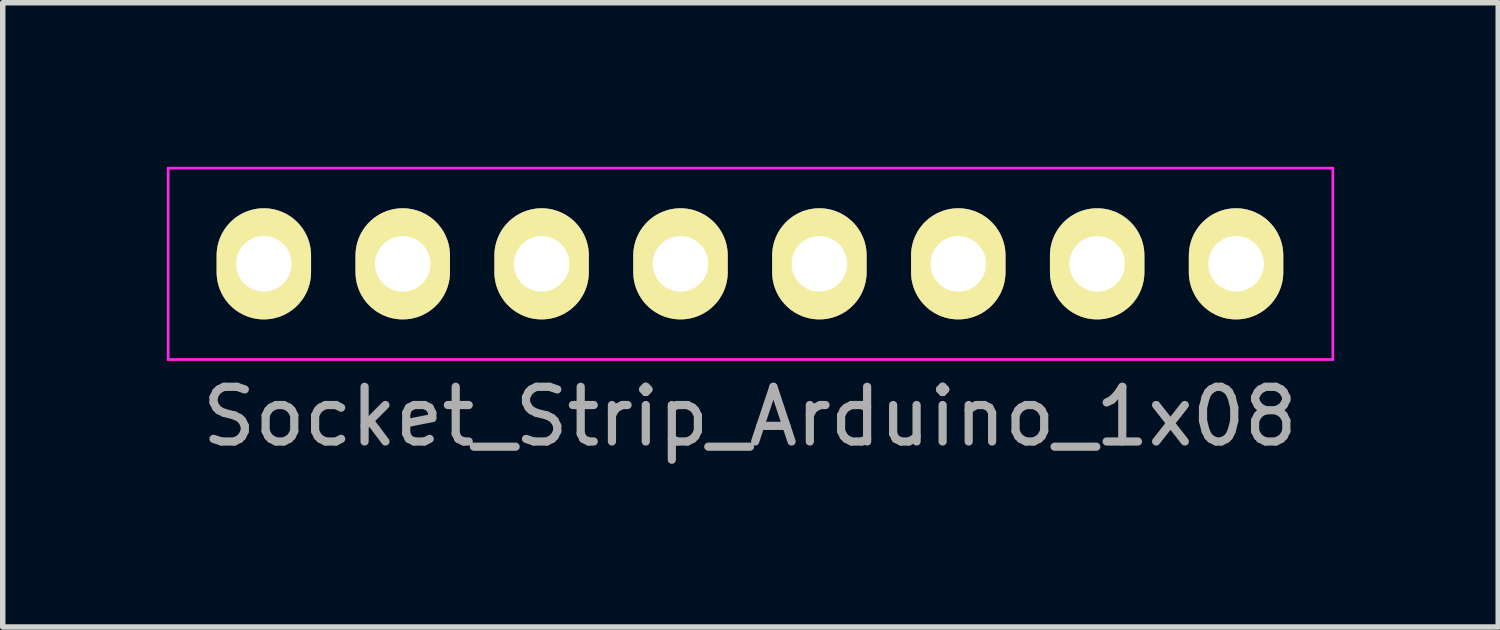
<source format=kicad_pcb>
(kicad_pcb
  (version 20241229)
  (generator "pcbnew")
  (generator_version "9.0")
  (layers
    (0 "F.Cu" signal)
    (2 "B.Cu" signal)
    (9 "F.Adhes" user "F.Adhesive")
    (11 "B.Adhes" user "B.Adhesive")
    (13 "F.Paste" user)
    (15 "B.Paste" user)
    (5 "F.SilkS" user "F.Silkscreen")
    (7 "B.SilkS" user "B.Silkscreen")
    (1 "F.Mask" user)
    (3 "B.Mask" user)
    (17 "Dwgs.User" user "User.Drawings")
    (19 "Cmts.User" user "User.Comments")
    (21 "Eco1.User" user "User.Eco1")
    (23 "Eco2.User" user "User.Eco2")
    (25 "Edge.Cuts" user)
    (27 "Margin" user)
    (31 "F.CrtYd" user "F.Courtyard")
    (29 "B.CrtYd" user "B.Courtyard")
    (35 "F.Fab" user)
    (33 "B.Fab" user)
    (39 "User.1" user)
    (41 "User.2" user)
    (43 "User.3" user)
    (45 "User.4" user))
  (footprint "Socket_Strip_Arduino_1x08"
    (layer "F.Cu")
    (at 1.775 1.775)
    (property "Reference" "Socket_Strip_Arduino_1x08" (at 8.89 2.794 0) (layer "F.Fab") (effects (font (size 1 1) (thickness 0.15))))
    (attr through_hole)
    (fp_line (start -1.75 -1.75) (end -1.75 1.75) (stroke (width 0.05) (type solid)) (layer "F.CrtYd"))
    (fp_line (start -1.75 -1.75) (end 19.55 -1.75) (stroke (width 0.05) (type solid)) (layer "F.CrtYd"))
    (fp_line (start -1.75 1.75) (end 19.55 1.75) (stroke (width 0.05) (type solid)) (layer "F.CrtYd"))
    (fp_line (start 19.55 -1.75) (end 19.55 1.75) (stroke (width 0.05) (type solid)) (layer "F.CrtYd"))
    (pad "1" thru_hole oval (at 0 0) (size 1.727 2.032) (drill 1.016) (layers "*.Cu" "*.Mask" "F.SilkS"))
    (pad "2" thru_hole oval (at 2.54 0) (size 1.727 2.032) (drill 1.016) (layers "*.Cu" "*.Mask" "F.SilkS"))
    (pad "3" thru_hole oval (at 5.08 0) (size 1.727 2.032) (drill 1.016) (layers "*.Cu" "*.Mask" "F.SilkS"))
    (pad "4" thru_hole oval (at 7.62 0) (size 1.727 2.032) (drill 1.016) (layers "*.Cu" "*.Mask" "F.SilkS"))
    (pad "5" thru_hole oval (at 10.16 0) (size 1.727 2.032) (drill 1.016) (layers "*.Cu" "*.Mask" "F.SilkS"))
    (pad "6" thru_hole oval (at 12.7 0) (size 1.727 2.032) (drill 1.016) (layers "*.Cu" "*.Mask" "F.SilkS"))
    (pad "7" thru_hole oval (at 15.24 0) (size 1.727 2.032) (drill 1.016) (layers "*.Cu" "*.Mask" "F.SilkS"))
    (pad "8" thru_hole oval (at 17.78 0) (size 1.727 2.032) (drill 1.016) (layers "*.Cu" "*.Mask" "F.SilkS")))
  (gr_rect
    (start -3 -3)
    (end 24.35 8.417)
    (stroke (width 0.1) (type default))
    (fill no)
    (layer "Edge.Cuts")))
</source>
